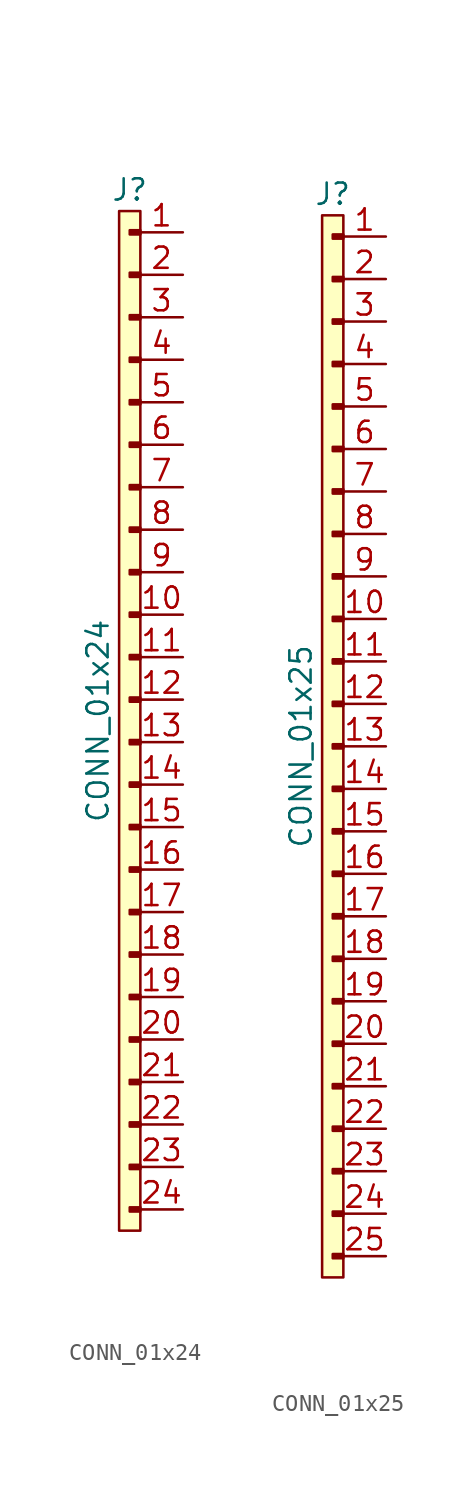
<source format=kicad_sym>
(kicad_symbol_lib
  (version 20211014)
  (generator agg_kicad.build_lib_connector)
  (symbol "CONN_01x24"
    (pin_names hide)
    (property Reference J
      (at -0.635 2.54 0)
      (effects (font (size 1.27 1.27))))
    (property Value "CONN_01x24"
      (at -2.54 -29.21 90)
      (effects (font (size 1.27 1.27))))
    (rectangle
      (start 0 -59.69)
      (end -1.27 1.27)
      (stroke (width 0) (type default) (color 0 0 0 0))
      (fill (type background)))
    (rectangle
      (start 0 0.127)
      (end -0.635 -0.127)
      (stroke (width 0) (type default) (color 0 0 0 0))
      (fill (type outline)))
    (rectangle
      (start 0 -2.413)
      (end -0.635 -2.667)
      (stroke (width 0) (type default) (color 0 0 0 0))
      (fill (type outline)))
    (rectangle
      (start 0 -4.953)
      (end -0.635 -5.207)
      (stroke (width 0) (type default) (color 0 0 0 0))
      (fill (type outline)))
    (rectangle
      (start 0 -7.493)
      (end -0.635 -7.747)
      (stroke (width 0) (type default) (color 0 0 0 0))
      (fill (type outline)))
    (rectangle
      (start 0 -10.033)
      (end -0.635 -10.287)
      (stroke (width 0) (type default) (color 0 0 0 0))
      (fill (type outline)))
    (rectangle
      (start 0 -12.573)
      (end -0.635 -12.827)
      (stroke (width 0) (type default) (color 0 0 0 0))
      (fill (type outline)))
    (rectangle
      (start 0 -15.113)
      (end -0.635 -15.367)
      (stroke (width 0) (type default) (color 0 0 0 0))
      (fill (type outline)))
    (rectangle
      (start 0 -17.653)
      (end -0.635 -17.907)
      (stroke (width 0) (type default) (color 0 0 0 0))
      (fill (type outline)))
    (rectangle
      (start 0 -20.193)
      (end -0.635 -20.447)
      (stroke (width 0) (type default) (color 0 0 0 0))
      (fill (type outline)))
    (rectangle
      (start 0 -22.733)
      (end -0.635 -22.987)
      (stroke (width 0) (type default) (color 0 0 0 0))
      (fill (type outline)))
    (rectangle
      (start 0 -25.273)
      (end -0.635 -25.527)
      (stroke (width 0) (type default) (color 0 0 0 0))
      (fill (type outline)))
    (rectangle
      (start 0 -27.813)
      (end -0.635 -28.067)
      (stroke (width 0) (type default) (color 0 0 0 0))
      (fill (type outline)))
    (rectangle
      (start 0 -30.353)
      (end -0.635 -30.607)
      (stroke (width 0) (type default) (color 0 0 0 0))
      (fill (type outline)))
    (rectangle
      (start 0 -32.893)
      (end -0.635 -33.147)
      (stroke (width 0) (type default) (color 0 0 0 0))
      (fill (type outline)))
    (rectangle
      (start 0 -35.433)
      (end -0.635 -35.687)
      (stroke (width 0) (type default) (color 0 0 0 0))
      (fill (type outline)))
    (rectangle
      (start 0 -37.973)
      (end -0.635 -38.227)
      (stroke (width 0) (type default) (color 0 0 0 0))
      (fill (type outline)))
    (rectangle
      (start 0 -40.513)
      (end -0.635 -40.767)
      (stroke (width 0) (type default) (color 0 0 0 0))
      (fill (type outline)))
    (rectangle
      (start 0 -43.053)
      (end -0.635 -43.307)
      (stroke (width 0) (type default) (color 0 0 0 0))
      (fill (type outline)))
    (rectangle
      (start 0 -45.593)
      (end -0.635 -45.847)
      (stroke (width 0) (type default) (color 0 0 0 0))
      (fill (type outline)))
    (rectangle
      (start 0 -48.133)
      (end -0.635 -48.387)
      (stroke (width 0) (type default) (color 0 0 0 0))
      (fill (type outline)))
    (rectangle
      (start 0 -50.673)
      (end -0.635 -50.927)
      (stroke (width 0) (type default) (color 0 0 0 0))
      (fill (type outline)))
    (rectangle
      (start 0 -53.213)
      (end -0.635 -53.467)
      (stroke (width 0) (type default) (color 0 0 0 0))
      (fill (type outline)))
    (rectangle
      (start 0 -55.753)
      (end -0.635 -56.007)
      (stroke (width 0) (type default) (color 0 0 0 0))
      (fill (type outline)))
    (rectangle
      (start 0 -58.293)
      (end -0.635 -58.547)
      (stroke (width 0) (type default) (color 0 0 0 0))
      (fill (type outline)))
    (pin passive line
      (at 2.54 0 180)
      (length 2.54)
      (name "1" (effects (font (size 1.27 1.27))))
      (number "1" (effects (font (size 1.27 1.27)))))
    (pin passive line
      (at 2.54 -2.54 180)
      (length 2.54)
      (name "2" (effects (font (size 1.27 1.27))))
      (number "2" (effects (font (size 1.27 1.27)))))
    (pin passive line
      (at 2.54 -5.08 180)
      (length 2.54)
      (name "3" (effects (font (size 1.27 1.27))))
      (number "3" (effects (font (size 1.27 1.27)))))
    (pin passive line
      (at 2.54 -7.62 180)
      (length 2.54)
      (name "4" (effects (font (size 1.27 1.27))))
      (number "4" (effects (font (size 1.27 1.27)))))
    (pin passive line
      (at 2.54 -10.16 180)
      (length 2.54)
      (name "5" (effects (font (size 1.27 1.27))))
      (number "5" (effects (font (size 1.27 1.27)))))
    (pin passive line
      (at 2.54 -12.7 180)
      (length 2.54)
      (name "6" (effects (font (size 1.27 1.27))))
      (number "6" (effects (font (size 1.27 1.27)))))
    (pin passive line
      (at 2.54 -15.24 180)
      (length 2.54)
      (name "7" (effects (font (size 1.27 1.27))))
      (number "7" (effects (font (size 1.27 1.27)))))
    (pin passive line
      (at 2.54 -17.78 180)
      (length 2.54)
      (name "8" (effects (font (size 1.27 1.27))))
      (number "8" (effects (font (size 1.27 1.27)))))
    (pin passive line
      (at 2.54 -20.32 180)
      (length 2.54)
      (name "9" (effects (font (size 1.27 1.27))))
      (number "9" (effects (font (size 1.27 1.27)))))
    (pin passive line
      (at 2.54 -22.86 180)
      (length 2.54)
      (name "10" (effects (font (size 1.27 1.27))))
      (number "10" (effects (font (size 1.27 1.27)))))
    (pin passive line
      (at 2.54 -25.4 180)
      (length 2.54)
      (name "11" (effects (font (size 1.27 1.27))))
      (number "11" (effects (font (size 1.27 1.27)))))
    (pin passive line
      (at 2.54 -27.94 180)
      (length 2.54)
      (name "12" (effects (font (size 1.27 1.27))))
      (number "12" (effects (font (size 1.27 1.27)))))
    (pin passive line
      (at 2.54 -30.48 180)
      (length 2.54)
      (name "13" (effects (font (size 1.27 1.27))))
      (number "13" (effects (font (size 1.27 1.27)))))
    (pin passive line
      (at 2.54 -33.02 180)
      (length 2.54)
      (name "14" (effects (font (size 1.27 1.27))))
      (number "14" (effects (font (size 1.27 1.27)))))
    (pin passive line
      (at 2.54 -35.56 180)
      (length 2.54)
      (name "15" (effects (font (size 1.27 1.27))))
      (number "15" (effects (font (size 1.27 1.27)))))
    (pin passive line
      (at 2.54 -38.1 180)
      (length 2.54)
      (name "16" (effects (font (size 1.27 1.27))))
      (number "16" (effects (font (size 1.27 1.27)))))
    (pin passive line
      (at 2.54 -40.64 180)
      (length 2.54)
      (name "17" (effects (font (size 1.27 1.27))))
      (number "17" (effects (font (size 1.27 1.27)))))
    (pin passive line
      (at 2.54 -43.18 180)
      (length 2.54)
      (name "18" (effects (font (size 1.27 1.27))))
      (number "18" (effects (font (size 1.27 1.27)))))
    (pin passive line
      (at 2.54 -45.72 180)
      (length 2.54)
      (name "19" (effects (font (size 1.27 1.27))))
      (number "19" (effects (font (size 1.27 1.27)))))
    (pin passive line
      (at 2.54 -48.26 180)
      (length 2.54)
      (name "20" (effects (font (size 1.27 1.27))))
      (number "20" (effects (font (size 1.27 1.27)))))
    (pin passive line
      (at 2.54 -50.8 180)
      (length 2.54)
      (name "21" (effects (font (size 1.27 1.27))))
      (number "21" (effects (font (size 1.27 1.27)))))
    (pin passive line
      (at 2.54 -53.34 180)
      (length 2.54)
      (name "22" (effects (font (size 1.27 1.27))))
      (number "22" (effects (font (size 1.27 1.27)))))
    (pin passive line
      (at 2.54 -55.88 180)
      (length 2.54)
      (name "23" (effects (font (size 1.27 1.27))))
      (number "23" (effects (font (size 1.27 1.27)))))
    (pin passive line
      (at 2.54 -58.42 180)
      (length 2.54)
      (name "24" (effects (font (size 1.27 1.27))))
      (number "24" (effects (font (size 1.27 1.27))))))
  (symbol "CONN_01x25"
    (pin_names hide)
    (property Reference J
      (at -0.635 2.54 0)
      (effects (font (size 1.27 1.27))))
    (property Value "CONN_01x25"
      (at -2.54 -30.48 90)
      (effects (font (size 1.27 1.27))))
    (rectangle
      (start 0 -62.23)
      (end -1.27 1.27)
      (stroke (width 0) (type default) (color 0 0 0 0))
      (fill (type background)))
    (rectangle
      (start 0 0.127)
      (end -0.635 -0.127)
      (stroke (width 0) (type default) (color 0 0 0 0))
      (fill (type outline)))
    (rectangle
      (start 0 -2.413)
      (end -0.635 -2.667)
      (stroke (width 0) (type default) (color 0 0 0 0))
      (fill (type outline)))
    (rectangle
      (start 0 -4.953)
      (end -0.635 -5.207)
      (stroke (width 0) (type default) (color 0 0 0 0))
      (fill (type outline)))
    (rectangle
      (start 0 -7.493)
      (end -0.635 -7.747)
      (stroke (width 0) (type default) (color 0 0 0 0))
      (fill (type outline)))
    (rectangle
      (start 0 -10.033)
      (end -0.635 -10.287)
      (stroke (width 0) (type default) (color 0 0 0 0))
      (fill (type outline)))
    (rectangle
      (start 0 -12.573)
      (end -0.635 -12.827)
      (stroke (width 0) (type default) (color 0 0 0 0))
      (fill (type outline)))
    (rectangle
      (start 0 -15.113)
      (end -0.635 -15.367)
      (stroke (width 0) (type default) (color 0 0 0 0))
      (fill (type outline)))
    (rectangle
      (start 0 -17.653)
      (end -0.635 -17.907)
      (stroke (width 0) (type default) (color 0 0 0 0))
      (fill (type outline)))
    (rectangle
      (start 0 -20.193)
      (end -0.635 -20.447)
      (stroke (width 0) (type default) (color 0 0 0 0))
      (fill (type outline)))
    (rectangle
      (start 0 -22.733)
      (end -0.635 -22.987)
      (stroke (width 0) (type default) (color 0 0 0 0))
      (fill (type outline)))
    (rectangle
      (start 0 -25.273)
      (end -0.635 -25.527)
      (stroke (width 0) (type default) (color 0 0 0 0))
      (fill (type outline)))
    (rectangle
      (start 0 -27.813)
      (end -0.635 -28.067)
      (stroke (width 0) (type default) (color 0 0 0 0))
      (fill (type outline)))
    (rectangle
      (start 0 -30.353)
      (end -0.635 -30.607)
      (stroke (width 0) (type default) (color 0 0 0 0))
      (fill (type outline)))
    (rectangle
      (start 0 -32.893)
      (end -0.635 -33.147)
      (stroke (width 0) (type default) (color 0 0 0 0))
      (fill (type outline)))
    (rectangle
      (start 0 -35.433)
      (end -0.635 -35.687)
      (stroke (width 0) (type default) (color 0 0 0 0))
      (fill (type outline)))
    (rectangle
      (start 0 -37.973)
      (end -0.635 -38.227)
      (stroke (width 0) (type default) (color 0 0 0 0))
      (fill (type outline)))
    (rectangle
      (start 0 -40.513)
      (end -0.635 -40.767)
      (stroke (width 0) (type default) (color 0 0 0 0))
      (fill (type outline)))
    (rectangle
      (start 0 -43.053)
      (end -0.635 -43.307)
      (stroke (width 0) (type default) (color 0 0 0 0))
      (fill (type outline)))
    (rectangle
      (start 0 -45.593)
      (end -0.635 -45.847)
      (stroke (width 0) (type default) (color 0 0 0 0))
      (fill (type outline)))
    (rectangle
      (start 0 -48.133)
      (end -0.635 -48.387)
      (stroke (width 0) (type default) (color 0 0 0 0))
      (fill (type outline)))
    (rectangle
      (start 0 -50.673)
      (end -0.635 -50.927)
      (stroke (width 0) (type default) (color 0 0 0 0))
      (fill (type outline)))
    (rectangle
      (start 0 -53.213)
      (end -0.635 -53.467)
      (stroke (width 0) (type default) (color 0 0 0 0))
      (fill (type outline)))
    (rectangle
      (start 0 -55.753)
      (end -0.635 -56.007)
      (stroke (width 0) (type default) (color 0 0 0 0))
      (fill (type outline)))
    (rectangle
      (start 0 -58.293)
      (end -0.635 -58.547)
      (stroke (width 0) (type default) (color 0 0 0 0))
      (fill (type outline)))
    (rectangle
      (start 0 -60.833)
      (end -0.635 -61.087)
      (stroke (width 0) (type default) (color 0 0 0 0))
      (fill (type outline)))
    (pin passive line
      (at 2.54 0 180)
      (length 2.54)
      (name "1" (effects (font (size 1.27 1.27))))
      (number "1" (effects (font (size 1.27 1.27)))))
    (pin passive line
      (at 2.54 -2.54 180)
      (length 2.54)
      (name "2" (effects (font (size 1.27 1.27))))
      (number "2" (effects (font (size 1.27 1.27)))))
    (pin passive line
      (at 2.54 -5.08 180)
      (length 2.54)
      (name "3" (effects (font (size 1.27 1.27))))
      (number "3" (effects (font (size 1.27 1.27)))))
    (pin passive line
      (at 2.54 -7.62 180)
      (length 2.54)
      (name "4" (effects (font (size 1.27 1.27))))
      (number "4" (effects (font (size 1.27 1.27)))))
    (pin passive line
      (at 2.54 -10.16 180)
      (length 2.54)
      (name "5" (effects (font (size 1.27 1.27))))
      (number "5" (effects (font (size 1.27 1.27)))))
    (pin passive line
      (at 2.54 -12.7 180)
      (length 2.54)
      (name "6" (effects (font (size 1.27 1.27))))
      (number "6" (effects (font (size 1.27 1.27)))))
    (pin passive line
      (at 2.54 -15.24 180)
      (length 2.54)
      (name "7" (effects (font (size 1.27 1.27))))
      (number "7" (effects (font (size 1.27 1.27)))))
    (pin passive line
      (at 2.54 -17.78 180)
      (length 2.54)
      (name "8" (effects (font (size 1.27 1.27))))
      (number "8" (effects (font (size 1.27 1.27)))))
    (pin passive line
      (at 2.54 -20.32 180)
      (length 2.54)
      (name "9" (effects (font (size 1.27 1.27))))
      (number "9" (effects (font (size 1.27 1.27)))))
    (pin passive line
      (at 2.54 -22.86 180)
      (length 2.54)
      (name "10" (effects (font (size 1.27 1.27))))
      (number "10" (effects (font (size 1.27 1.27)))))
    (pin passive line
      (at 2.54 -25.4 180)
      (length 2.54)
      (name "11" (effects (font (size 1.27 1.27))))
      (number "11" (effects (font (size 1.27 1.27)))))
    (pin passive line
      (at 2.54 -27.94 180)
      (length 2.54)
      (name "12" (effects (font (size 1.27 1.27))))
      (number "12" (effects (font (size 1.27 1.27)))))
    (pin passive line
      (at 2.54 -30.48 180)
      (length 2.54)
      (name "13" (effects (font (size 1.27 1.27))))
      (number "13" (effects (font (size 1.27 1.27)))))
    (pin passive line
      (at 2.54 -33.02 180)
      (length 2.54)
      (name "14" (effects (font (size 1.27 1.27))))
      (number "14" (effects (font (size 1.27 1.27)))))
    (pin passive line
      (at 2.54 -35.56 180)
      (length 2.54)
      (name "15" (effects (font (size 1.27 1.27))))
      (number "15" (effects (font (size 1.27 1.27)))))
    (pin passive line
      (at 2.54 -38.1 180)
      (length 2.54)
      (name "16" (effects (font (size 1.27 1.27))))
      (number "16" (effects (font (size 1.27 1.27)))))
    (pin passive line
      (at 2.54 -40.64 180)
      (length 2.54)
      (name "17" (effects (font (size 1.27 1.27))))
      (number "17" (effects (font (size 1.27 1.27)))))
    (pin passive line
      (at 2.54 -43.18 180)
      (length 2.54)
      (name "18" (effects (font (size 1.27 1.27))))
      (number "18" (effects (font (size 1.27 1.27)))))
    (pin passive line
      (at 2.54 -45.72 180)
      (length 2.54)
      (name "19" (effects (font (size 1.27 1.27))))
      (number "19" (effects (font (size 1.27 1.27)))))
    (pin passive line
      (at 2.54 -48.26 180)
      (length 2.54)
      (name "20" (effects (font (size 1.27 1.27))))
      (number "20" (effects (font (size 1.27 1.27)))))
    (pin passive line
      (at 2.54 -50.8 180)
      (length 2.54)
      (name "21" (effects (font (size 1.27 1.27))))
      (number "21" (effects (font (size 1.27 1.27)))))
    (pin passive line
      (at 2.54 -53.34 180)
      (length 2.54)
      (name "22" (effects (font (size 1.27 1.27))))
      (number "22" (effects (font (size 1.27 1.27)))))
    (pin passive line
      (at 2.54 -55.88 180)
      (length 2.54)
      (name "23" (effects (font (size 1.27 1.27))))
      (number "23" (effects (font (size 1.27 1.27)))))
    (pin passive line
      (at 2.54 -58.42 180)
      (length 2.54)
      (name "24" (effects (font (size 1.27 1.27))))
      (number "24" (effects (font (size 1.27 1.27)))))
    (pin passive line
      (at 2.54 -60.96 180)
      (length 2.54)
      (name "25" (effects (font (size 1.27 1.27))))
      (number "25" (effects (font (size 1.27 1.27)))))))
</source>
